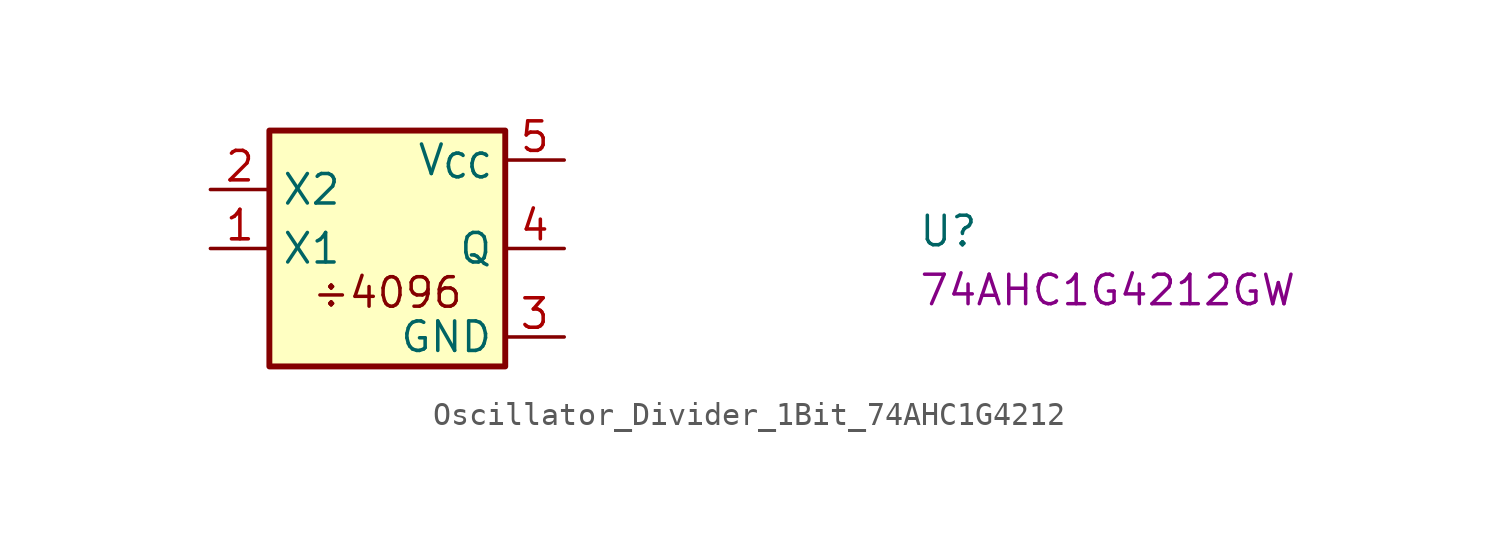
<source format=kicad_sym>
(kicad_symbol_lib
  (version 20220914)
  (generator kicad_symbol_editor)
  (symbol "Oscillator_Divider_1Bit_74AHC1G4212"
    (property "Reference" "U"
      (at 30.48 -2.54 0)
      (effects (font (size 1.27 1.27) (thickness 0.15)) (justify left bottom)))
    (property "MPN" "74AHC1G4212GW"
      (at 30.48 -5.08 0)
      (effects (font (size 1.27 1.27) (thickness 0.15)) (justify left bottom)))
    (symbol "Oscillator_Divider_1Bit_74AHC1G4212_1_1"
      (rectangle (start 2.54 2.54) (end 12.7 -7.62) (stroke (width 0.254) (type default)) (fill (type background)))
      (text "÷4096" (at 7.62 -4.445 0) (effects (font (size 1.27 1.27) (thickness 0.15))))
      (pin input line (at 0 -2.54 0) (length 2.54) (name "X1" (effects (font (size 1.27 1.27)))) (number "1" (effects (font (size 1.27 1.27)))))
      (pin passive line (at 0 0 0) (length 2.54) (name "X2" (effects (font (size 1.27 1.27)))) (number "2" (effects (font (size 1.27 1.27)))))
      (pin power_in line (at 15.24 -6.35 180) (length 2.54) (name "GND" (effects (font (size 1.27 1.27)))) (number "3" (effects (font (size 1.27 1.27)))))
      (pin output line (at 15.24 -2.54 180) (length 2.54) (name "Q" (effects (font (size 1.27 1.27)))) (number "4" (effects (font (size 1.27 1.27)))))
      (pin power_in line (at 15.24 1.27 180) (length 2.54) (name "V_{CC}" (effects (font (size 1.27 1.27)))) (number "5" (effects (font (size 1.27 1.27))))))))
</source>
